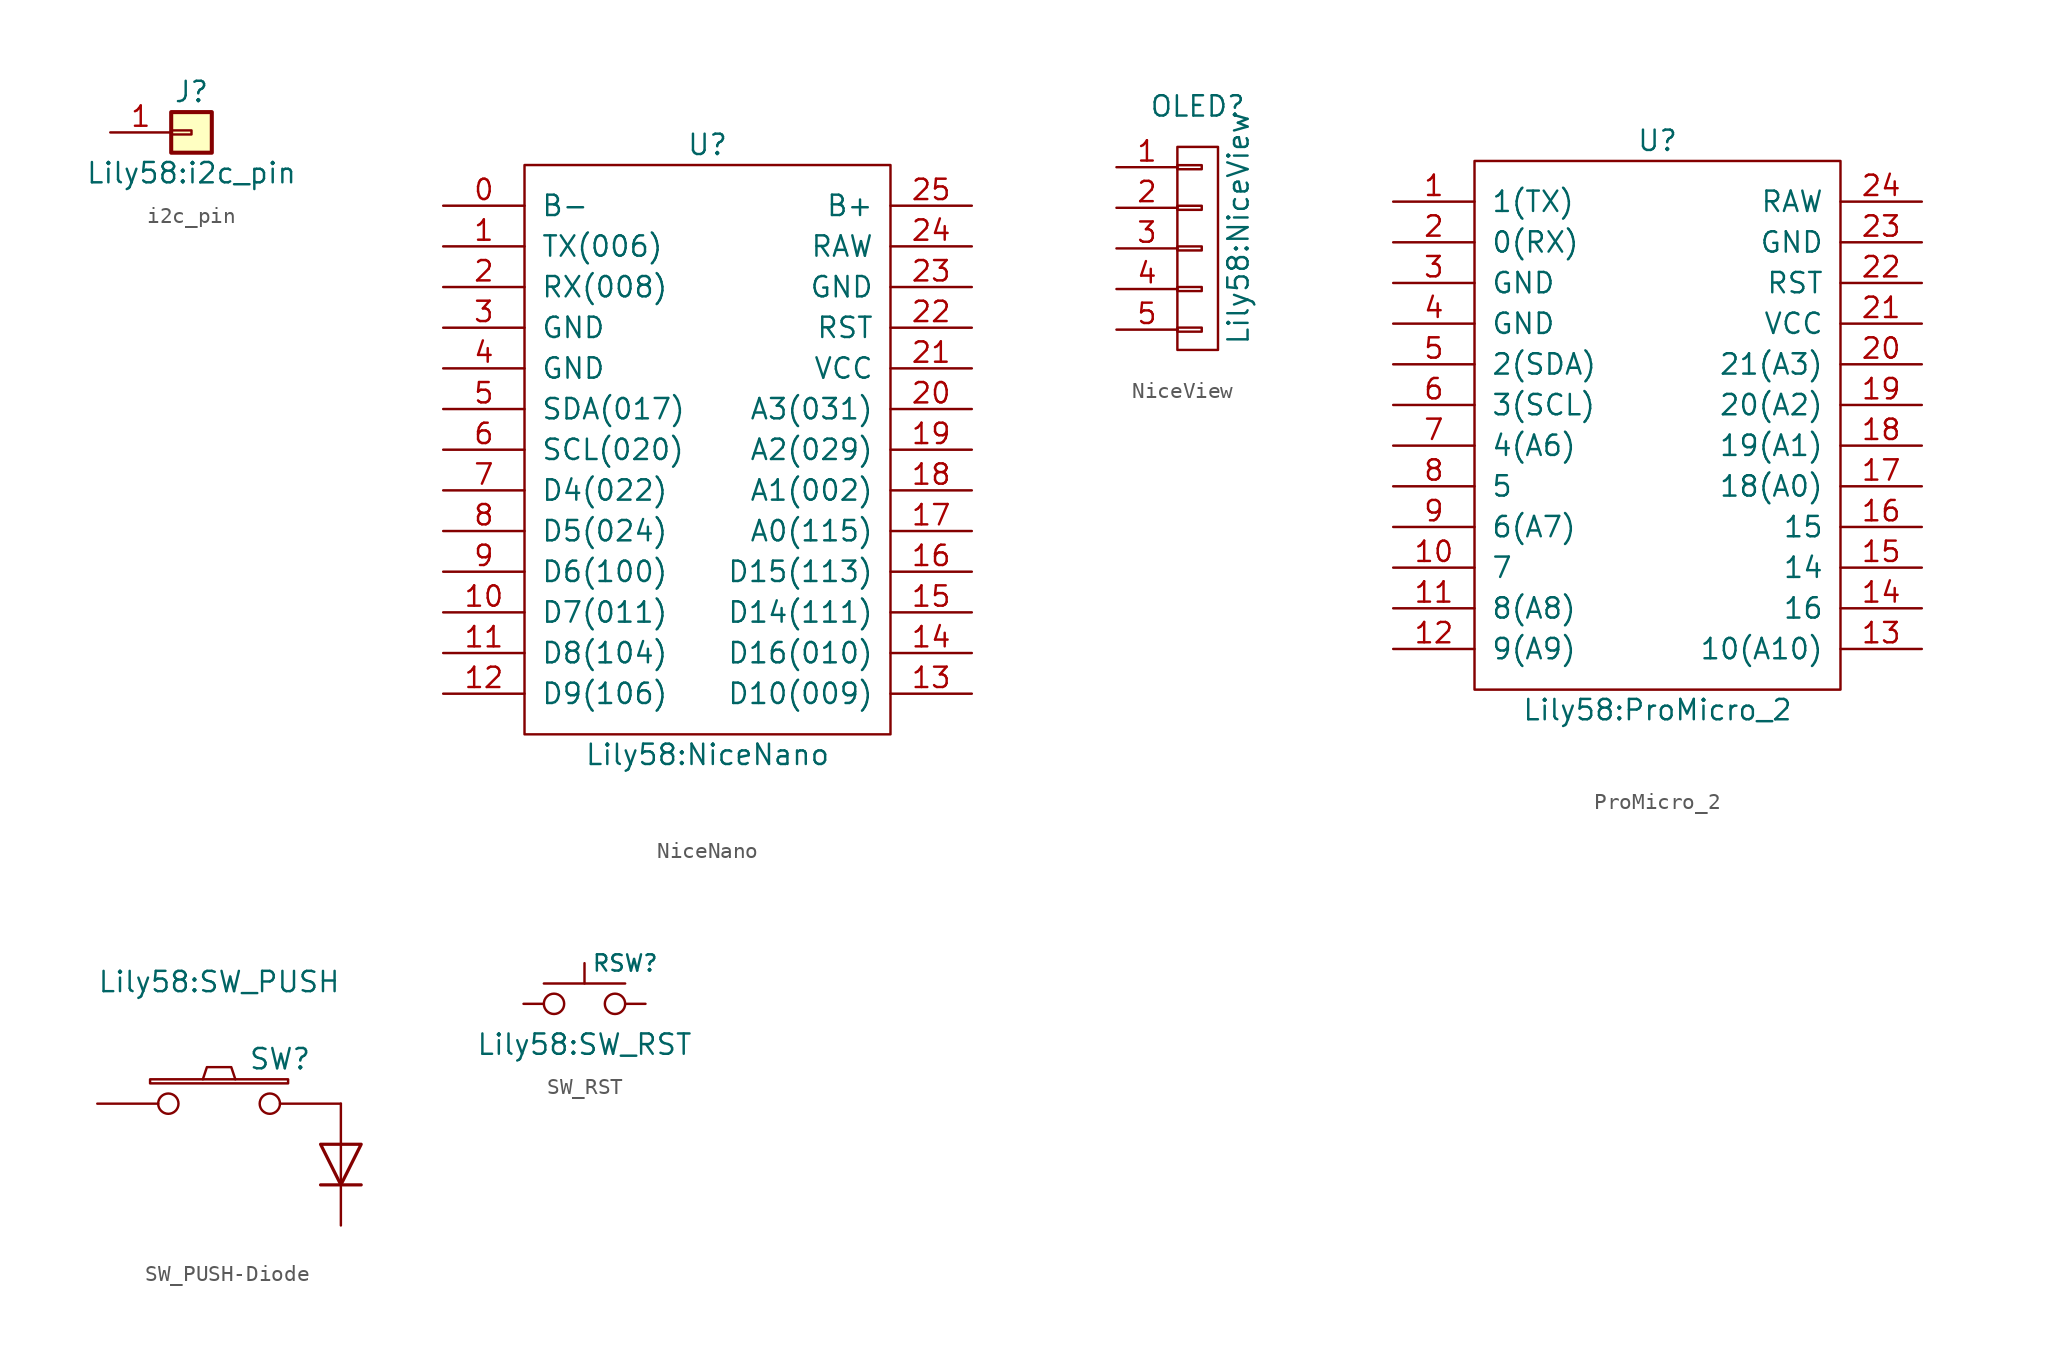
<source format=kicad_sym>
(kicad_symbol_lib
  (version 20220914)
  (generator kicad_symbol_editor)
  (symbol "i2c_pin"
    (pin_names
      (offset 1.016) hide)
    (property "Reference" "J"
      (at 0 2.54 0)
      (effects (font (size 1.27 1.27))))
    (property "Value" "Lily58:i2c_pin"
      (at 0 -2.54 0)
      (effects (font (size 1.27 1.27))))
    (symbol "i2c_pin_1_1"
      (rectangle (start -1.27 0.127) (end 0 -0.127) (stroke (width 0.152) (type solid)) (fill (type none)))
      (rectangle (start -1.27 1.27) (end 1.27 -1.27) (stroke (width 0.254) (type solid)) (fill (type background)))
      (pin passive line (at -5.08 0 0) (length 3.81) (name "Pin_1" (effects (font (size 1.27 1.27)))) (number "1" (effects (font (size 1.27 1.27)))))))
  (symbol "NiceNano"
    (pin_names
      (offset 1.016))
    (property "Reference" "U"
      (at 0 20.32 0)
      (effects (font (size 1.27 1.27))))
    (property "Value" "Lily58:NiceNano"
      (at 0 -17.78 0)
      (effects (font (size 1.27 1.27))))
    (symbol "NiceNano_0_1"
      (rectangle (start -11.43 19.05) (end 11.43 -16.51) (stroke (width 0) (type solid)) (fill (type none))))
    (symbol "NiceNano_1_1"
      (pin input line (at -16.51 16.51 0) (length 5.08) (name "B-" (effects (font (size 1.27 1.27)))) (number "0" (effects (font (size 1.27 1.27)))))
      (pin input line (at -16.51 13.97 0) (length 5.08) (name "TX(006)" (effects (font (size 1.27 1.27)))) (number "1" (effects (font (size 1.27 1.27)))))
      (pin input line (at -16.51 -8.89 0) (length 5.08) (name "D7(011)" (effects (font (size 1.27 1.27)))) (number "10" (effects (font (size 1.27 1.27)))))
      (pin input line (at -16.51 -11.43 0) (length 5.08) (name "D8(104)" (effects (font (size 1.27 1.27)))) (number "11" (effects (font (size 1.27 1.27)))))
      (pin input line (at -16.51 -13.97 0) (length 5.08) (name "D9(106)" (effects (font (size 1.27 1.27)))) (number "12" (effects (font (size 1.27 1.27)))))
      (pin input line (at 16.51 -13.97 180) (length 5.08) (name "D10(009)" (effects (font (size 1.27 1.27)))) (number "13" (effects (font (size 1.27 1.27)))))
      (pin input line (at 16.51 -11.43 180) (length 5.08) (name "D16(010)" (effects (font (size 1.27 1.27)))) (number "14" (effects (font (size 1.27 1.27)))))
      (pin input line (at 16.51 -8.89 180) (length 5.08) (name "D14(111)" (effects (font (size 1.27 1.27)))) (number "15" (effects (font (size 1.27 1.27)))))
      (pin input line (at 16.51 -6.35 180) (length 5.08) (name "D15(113)" (effects (font (size 1.27 1.27)))) (number "16" (effects (font (size 1.27 1.27)))))
      (pin input line (at 16.51 -3.81 180) (length 5.08) (name "A0(115)" (effects (font (size 1.27 1.27)))) (number "17" (effects (font (size 1.27 1.27)))))
      (pin input line (at 16.51 -1.27 180) (length 5.08) (name "A1(002)" (effects (font (size 1.27 1.27)))) (number "18" (effects (font (size 1.27 1.27)))))
      (pin input line (at 16.51 1.27 180) (length 5.08) (name "A2(029)" (effects (font (size 1.27 1.27)))) (number "19" (effects (font (size 1.27 1.27)))))
      (pin input line (at -16.51 11.43 0) (length 5.08) (name "RX(008)" (effects (font (size 1.27 1.27)))) (number "2" (effects (font (size 1.27 1.27)))))
      (pin input line (at 16.51 3.81 180) (length 5.08) (name "A3(031)" (effects (font (size 1.27 1.27)))) (number "20" (effects (font (size 1.27 1.27)))))
      (pin input line (at 16.51 6.35 180) (length 5.08) (name "VCC" (effects (font (size 1.27 1.27)))) (number "21" (effects (font (size 1.27 1.27)))))
      (pin input line (at 16.51 8.89 180) (length 5.08) (name "RST" (effects (font (size 1.27 1.27)))) (number "22" (effects (font (size 1.27 1.27)))))
      (pin input line (at 16.51 11.43 180) (length 5.08) (name "GND" (effects (font (size 1.27 1.27)))) (number "23" (effects (font (size 1.27 1.27)))))
      (pin input line (at 16.51 13.97 180) (length 5.08) (name "RAW" (effects (font (size 1.27 1.27)))) (number "24" (effects (font (size 1.27 1.27)))))
      (pin input line (at 16.51 16.51 180) (length 5.08) (name "B+" (effects (font (size 1.27 1.27)))) (number "25" (effects (font (size 1.27 1.27)))))
      (pin input line (at -16.51 8.89 0) (length 5.08) (name "GND" (effects (font (size 1.27 1.27)))) (number "3" (effects (font (size 1.27 1.27)))))
      (pin input line (at -16.51 6.35 0) (length 5.08) (name "GND" (effects (font (size 1.27 1.27)))) (number "4" (effects (font (size 1.27 1.27)))))
      (pin input line (at -16.51 3.81 0) (length 5.08) (name "SDA(017)" (effects (font (size 1.27 1.27)))) (number "5" (effects (font (size 1.27 1.27)))))
      (pin input line (at -16.51 1.27 0) (length 5.08) (name "SCL(020)" (effects (font (size 1.27 1.27)))) (number "6" (effects (font (size 1.27 1.27)))))
      (pin input line (at -16.51 -1.27 0) (length 5.08) (name "D4(022)" (effects (font (size 1.27 1.27)))) (number "7" (effects (font (size 1.27 1.27)))))
      (pin input line (at -16.51 -3.81 0) (length 5.08) (name "D5(024)" (effects (font (size 1.27 1.27)))) (number "8" (effects (font (size 1.27 1.27)))))
      (pin input line (at -16.51 -6.35 0) (length 5.08) (name "D6(100)" (effects (font (size 1.27 1.27)))) (number "9" (effects (font (size 1.27 1.27)))))))
  (symbol "NiceView"
    (pin_names
      (offset 1.016) hide)
    (property "Reference" "OLED"
      (at 0 7.62 0)
      (effects (font (size 1.27 1.27))))
    (property "Value" "Lily58:NiceView"
      (at 2.54 0 90)
      (effects (font (size 1.27 1.27))))
    (property "Footprint" ""
      (at 0 0 0)
      (effects (font (size 1.27 1.27))))
    (property "Datasheet" ""
      (at 0 0 0)
      (effects (font (size 1.27 1.27))))
    (symbol "NiceView_0_1"
      (rectangle (start -1.27 -6.223) (end 0.254 -6.477) (stroke (width 0) (type solid)) (fill (type none)))
      (rectangle (start -1.27 -3.683) (end 0.254 -3.937) (stroke (width 0) (type solid)) (fill (type none)))
      (rectangle (start -1.27 -1.143) (end 0.254 -1.397) (stroke (width 0) (type solid)) (fill (type none)))
      (rectangle (start -1.27 1.397) (end 0.254 1.143) (stroke (width 0) (type solid)) (fill (type none)))
      (rectangle (start -1.27 3.937) (end 0.254 3.683) (stroke (width 0) (type solid)) (fill (type none)))
      (rectangle (start -1.27 5.08) (end 1.27 -7.62) (stroke (width 0) (type solid)) (fill (type none))))
    (symbol "NiceView_1_1"
      (pin passive line (at -5.08 3.81 0) (length 3.81) (name "P1" (effects (font (size 1.27 1.27)))) (number "1" (effects (font (size 1.27 1.27)))))
      (pin passive line (at -5.08 1.27 0) (length 3.81) (name "P2" (effects (font (size 1.27 1.27)))) (number "2" (effects (font (size 1.27 1.27)))))
      (pin passive line (at -5.08 -1.27 0) (length 3.81) (name "P3" (effects (font (size 1.27 1.27)))) (number "3" (effects (font (size 1.27 1.27)))))
      (pin passive line (at -5.08 -3.81 0) (length 3.81) (name "P4" (effects (font (size 1.27 1.27)))) (number "4" (effects (font (size 1.27 1.27)))))
      (pin passive line (at -5.08 -6.35 0) (length 3.81) (name "P5" (effects (font (size 1.27 1.27)))) (number "5" (effects (font (size 1.27 1.27)))))))
  (symbol "ProMicro_2"
    (pin_names
      (offset 1.016))
    (property "Reference" "U"
      (at 0 17.78 0)
      (effects (font (size 1.27 1.27))))
    (property "Value" "Lily58:ProMicro_2"
      (at 0 -17.78 0)
      (effects (font (size 1.27 1.27))))
    (symbol "ProMicro_2_0_1"
      (rectangle (start -11.43 16.51) (end 11.43 -16.51) (stroke (width 0) (type solid)) (fill (type none))))
    (symbol "ProMicro_2_1_1"
      (pin input line (at -16.51 13.97 0) (length 5.08) (name "1(TX)" (effects (font (size 1.27 1.27)))) (number "1" (effects (font (size 1.27 1.27)))))
      (pin input line (at -16.51 -8.89 0) (length 5.08) (name "7" (effects (font (size 1.27 1.27)))) (number "10" (effects (font (size 1.27 1.27)))))
      (pin input line (at -16.51 -11.43 0) (length 5.08) (name "8(A8)" (effects (font (size 1.27 1.27)))) (number "11" (effects (font (size 1.27 1.27)))))
      (pin input line (at -16.51 -13.97 0) (length 5.08) (name "9(A9)" (effects (font (size 1.27 1.27)))) (number "12" (effects (font (size 1.27 1.27)))))
      (pin input line (at 16.51 -13.97 180) (length 5.08) (name "10(A10)" (effects (font (size 1.27 1.27)))) (number "13" (effects (font (size 1.27 1.27)))))
      (pin input line (at 16.51 -11.43 180) (length 5.08) (name "16" (effects (font (size 1.27 1.27)))) (number "14" (effects (font (size 1.27 1.27)))))
      (pin input line (at 16.51 -8.89 180) (length 5.08) (name "14" (effects (font (size 1.27 1.27)))) (number "15" (effects (font (size 1.27 1.27)))))
      (pin input line (at 16.51 -6.35 180) (length 5.08) (name "15" (effects (font (size 1.27 1.27)))) (number "16" (effects (font (size 1.27 1.27)))))
      (pin input line (at 16.51 -3.81 180) (length 5.08) (name "18(A0)" (effects (font (size 1.27 1.27)))) (number "17" (effects (font (size 1.27 1.27)))))
      (pin input line (at 16.51 -1.27 180) (length 5.08) (name "19(A1)" (effects (font (size 1.27 1.27)))) (number "18" (effects (font (size 1.27 1.27)))))
      (pin input line (at 16.51 1.27 180) (length 5.08) (name "20(A2)" (effects (font (size 1.27 1.27)))) (number "19" (effects (font (size 1.27 1.27)))))
      (pin input line (at -16.51 11.43 0) (length 5.08) (name "0(RX)" (effects (font (size 1.27 1.27)))) (number "2" (effects (font (size 1.27 1.27)))))
      (pin input line (at 16.51 3.81 180) (length 5.08) (name "21(A3)" (effects (font (size 1.27 1.27)))) (number "20" (effects (font (size 1.27 1.27)))))
      (pin input line (at 16.51 6.35 180) (length 5.08) (name "VCC" (effects (font (size 1.27 1.27)))) (number "21" (effects (font (size 1.27 1.27)))))
      (pin input line (at 16.51 8.89 180) (length 5.08) (name "RST" (effects (font (size 1.27 1.27)))) (number "22" (effects (font (size 1.27 1.27)))))
      (pin input line (at 16.51 11.43 180) (length 5.08) (name "GND" (effects (font (size 1.27 1.27)))) (number "23" (effects (font (size 1.27 1.27)))))
      (pin input line (at 16.51 13.97 180) (length 5.08) (name "RAW" (effects (font (size 1.27 1.27)))) (number "24" (effects (font (size 1.27 1.27)))))
      (pin input line (at -16.51 8.89 0) (length 5.08) (name "GND" (effects (font (size 1.27 1.27)))) (number "3" (effects (font (size 1.27 1.27)))))
      (pin input line (at -16.51 6.35 0) (length 5.08) (name "GND" (effects (font (size 1.27 1.27)))) (number "4" (effects (font (size 1.27 1.27)))))
      (pin input line (at -16.51 3.81 0) (length 5.08) (name "2(SDA)" (effects (font (size 1.27 1.27)))) (number "5" (effects (font (size 1.27 1.27)))))
      (pin input line (at -16.51 1.27 0) (length 5.08) (name "3(SCL)" (effects (font (size 1.27 1.27)))) (number "6" (effects (font (size 1.27 1.27)))))
      (pin input line (at -16.51 -1.27 0) (length 5.08) (name "4(A6)" (effects (font (size 1.27 1.27)))) (number "7" (effects (font (size 1.27 1.27)))))
      (pin input line (at -16.51 -3.81 0) (length 5.08) (name "5" (effects (font (size 1.27 1.27)))) (number "8" (effects (font (size 1.27 1.27)))))
      (pin input line (at -16.51 -6.35 0) (length 5.08) (name "6(A7)" (effects (font (size 1.27 1.27)))) (number "9" (effects (font (size 1.27 1.27)))))))
  (symbol "SW_PUSH-Diode"
    (pin_numbers hide)
    (pin_names
      (offset 1.016) hide)
    (property "Reference" "SW"
      (at 3.81 2.794 0)
      (effects (font (size 1.27 1.27))))
    (property "Value" "Lily58:SW_PUSH"
      (at 0 7.62 0)
      (effects (font (size 1.27 1.27))))
    (property "Footprint" ""
      (at 0 0 0)
      (effects (font (size 1.27 1.27))))
    (property "Datasheet" ""
      (at 0 0 0)
      (effects (font (size 1.27 1.27))))
    (symbol "SW_PUSH-Diode_0_1"
      (rectangle (start -4.318 1.27) (end 4.318 1.524) (stroke (width 0) (type solid)) (fill (type none)))
      (polyline (pts (xy 6.35 -5.08) (xy 8.89 -5.08)) (stroke (width 0.203) (type solid)) (fill (type none)))
      (polyline (pts (xy 7.62 -2.54) (xy 7.62 -5.08)) (stroke (width 0) (type solid)) (fill (type none)))
      (polyline (pts (xy -1.016 1.524) (xy -0.762 2.286) (xy 0.762 2.286) (xy 1.016 1.524)) (stroke (width 0) (type solid)) (fill (type none)))
      (polyline (pts (xy 6.35 -2.54) (xy 8.89 -2.54) (xy 7.62 -5.08) (xy 6.35 -2.54)) (stroke (width 0.203) (type solid)) (fill (type none)))
      (pin passive inverted (at -7.62 0 0) (length 5.08) (name "1" (effects (font (size 1.27 1.27)))) (number "1" (effects (font (size 1.27 1.27)))))
      (pin passive inverted (at 7.62 0 180) (length 5.08) (name "2" (effects (font (size 1.27 1.27)))) (number "2" (effects (font (size 1.27 1.27))))))
    (symbol "SW_PUSH-Diode_1_1"
      (pin passive line (at 7.62 0 270) (length 2.54) (name "A" (effects (font (size 1.27 1.27)))) (number "2" (effects (font (size 1.27 1.27)))))
      (pin passive line (at 7.62 -7.62 90) (length 2.54) (name "K" (effects (font (size 1.27 1.27)))) (number "3" (effects (font (size 1.27 1.27)))))))
  (symbol "SW_RST"
    (pin_numbers hide)
    (pin_names
      (offset 1.016) hide)
    (property "Reference" "RSW"
      (at 2.54 2.54 0)
      (effects (font (size 1.016 1.016))))
    (property "Value" "Lily58:SW_RST"
      (at 0 -2.54 0)
      (effects (font (size 1.27 1.27))))
    (symbol "SW_RST_0_1"
      (polyline (pts (xy -2.54 1.27) (xy 2.54 1.27)) (stroke (width 0) (type solid)) (fill (type none)))
      (polyline (pts (xy 0 2.54) (xy 0 1.27)) (stroke (width 0) (type solid)) (fill (type none)))
      (pin passive inverted (at -3.81 0 0) (length 2.54) (name "1" (effects (font (size 1.27 1.27)))) (number "1" (effects (font (size 1.27 1.27)))))
      (pin passive inverted (at 3.81 0 180) (length 2.54) (name "2" (effects (font (size 1.27 1.27)))) (number "2" (effects (font (size 1.27 1.27))))))))
</source>
